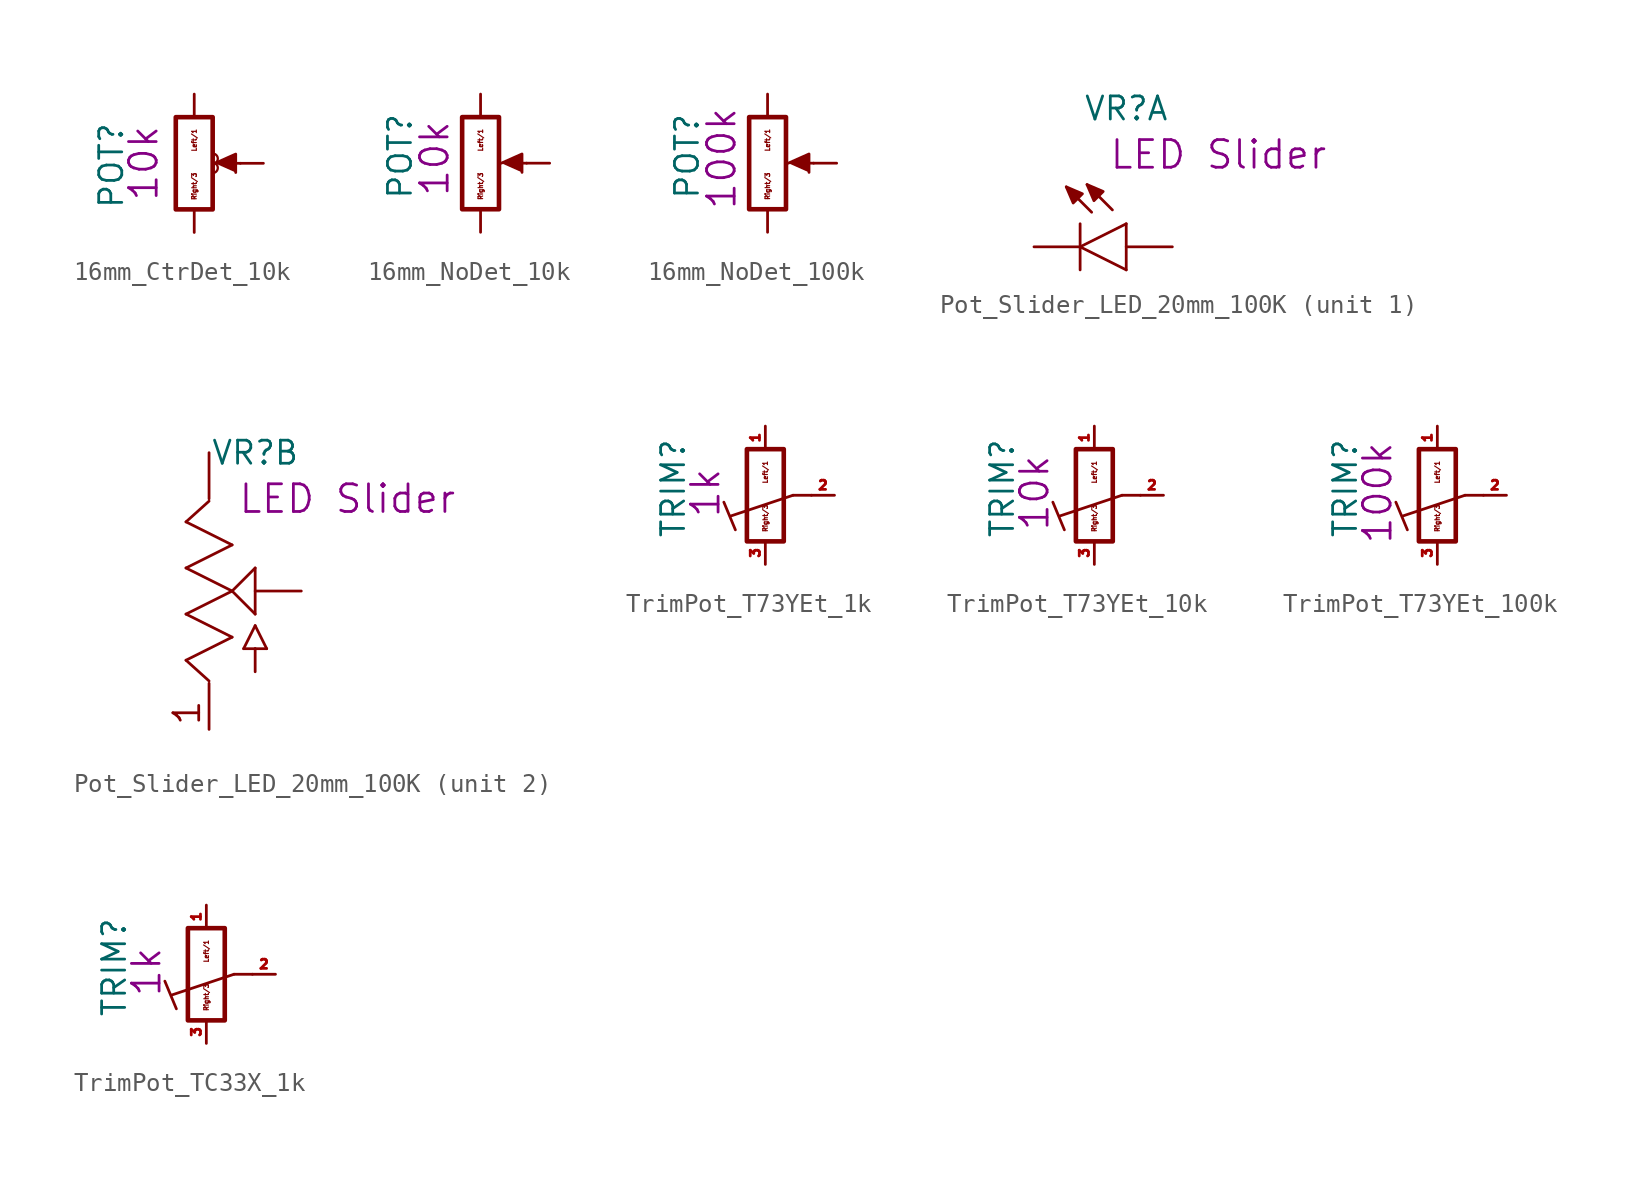
<source format=kicad_sym>
(kicad_symbol_lib
  (version 20211014)
  (generator kicad_symbol_editor)
  (symbol "16mm_CtrDet_10k"
    (pin_numbers hide)
    (pin_names
      (offset 1.016) hide)
    (property "Reference" "POT"
      (at -4.572 -0.127 90)
      (effects (font (size 1.27 1.27))))
    (property "Display" "10k"
      (at -2.794 0 90)
      (effects (font (size 1.524 1.524))))
    (symbol "16mm_CtrDet_10k_0_1"
      (rectangle (start 1.016 2.54) (end -1.016 -2.54) (stroke (width 0.254) (type default) (color 0 0 0 0)) (fill (type none))))
    (symbol "16mm_CtrDet_10k_1_1"
      (polyline (pts (xy 2.54 0) (xy 1.524 0)) (stroke (width 0) (type default) (color 0 0 0 0)) (fill (type none)))
      (polyline (pts (xy 1.143 0) (xy 2.286 0.508) (xy 2.286 -0.508)) (stroke (width 0) (type default) (color 0 0 0 0)) (fill (type outline)))
      (arc (start 1.143 -0.508) (mid 1.3 -0.254) (end 1.143 0) (stroke (width 0.127) (type default) (color 0 0 0 0)) (fill (type none)))
      (arc (start 1.143 0) (mid 1.3 0.254) (end 1.143 0.508) (stroke (width 0.127) (type default) (color 0 0 0 0)) (fill (type none)))
      (text "Left/1" (at 0 1.27 900) (effects (font (size 0.254 0.254))))
      (text "Right/3" (at 0 -1.27 900) (effects (font (size 0.254 0.254))))
      (pin passive line (at 0 3.81 270) (length 1.27) (name "Left" (effects (font (size 1.27 1.27)))) (number "1" (effects (font (size 1.27 1.27)))))
      (pin passive line (at 3.81 0 180) (length 1.27) (name "Center" (effects (font (size 1.27 1.27)))) (number "2" (effects (font (size 1.27 1.27)))))
      (pin passive line (at 0 -3.81 90) (length 1.27) (name "Right" (effects (font (size 1.27 1.27)))) (number "3" (effects (font (size 1.27 1.27)))))))
  (symbol "16mm_NoDet_10k"
    (pin_numbers hide)
    (pin_names
      (offset 1.016) hide)
    (property "Reference" "POT"
      (at -4.445 0.381 90)
      (effects (font (size 1.27 1.27))))
    (property "Display" "10k"
      (at -2.54 0.254 90)
      (effects (font (size 1.524 1.524))))
    (symbol "16mm_NoDet_10k_0_1"
      (rectangle (start 1.016 2.54) (end -1.016 -2.54) (stroke (width 0.254) (type default) (color 0 0 0 0)) (fill (type none))))
    (symbol "16mm_NoDet_10k_1_1"
      (polyline (pts (xy 2.54 0) (xy 1.524 0)) (stroke (width 0) (type default) (color 0 0 0 0)) (fill (type none)))
      (polyline (pts (xy 1.143 0) (xy 2.286 0.508) (xy 2.286 -0.508)) (stroke (width 0) (type default) (color 0 0 0 0)) (fill (type outline)))
      (text "Left/1" (at 0 1.27 900) (effects (font (size 0.254 0.254))))
      (text "Right/3" (at 0 -1.27 900) (effects (font (size 0.254 0.254))))
      (pin passive line (at 0 3.81 270) (length 1.27) (name "Left" (effects (font (size 1.27 1.27)))) (number "1" (effects (font (size 1.27 1.27)))))
      (pin passive line (at 3.81 0 180) (length 1.27) (name "Center" (effects (font (size 1.27 1.27)))) (number "2" (effects (font (size 1.27 1.27)))))
      (pin passive line (at 0 -3.81 90) (length 1.27) (name "Right" (effects (font (size 1.27 1.27)))) (number "3" (effects (font (size 1.27 1.27)))))))
  (symbol "16mm_NoDet_100k"
    (pin_numbers hide)
    (pin_names
      (offset 1.016) hide)
    (property "Reference" "POT"
      (at -4.445 0.381 90)
      (effects (font (size 1.27 1.27))))
    (property "Display" "100k"
      (at -2.54 0.254 90)
      (effects (font (size 1.524 1.524))))
    (symbol "16mm_NoDet_100k_0_1"
      (rectangle (start 1.016 2.54) (end -1.016 -2.54) (stroke (width 0.254) (type default) (color 0 0 0 0)) (fill (type none))))
    (symbol "16mm_NoDet_100k_1_1"
      (polyline (pts (xy 2.54 0) (xy 1.524 0)) (stroke (width 0) (type default) (color 0 0 0 0)) (fill (type none)))
      (polyline (pts (xy 1.143 0) (xy 2.286 0.508) (xy 2.286 -0.508)) (stroke (width 0) (type default) (color 0 0 0 0)) (fill (type outline)))
      (text "Left/1" (at 0 1.27 900) (effects (font (size 0.254 0.254))))
      (text "Right/3" (at 0 -1.27 900) (effects (font (size 0.254 0.254))))
      (pin passive line (at 0 3.81 270) (length 1.27) (name "Left" (effects (font (size 1.27 1.27)))) (number "1" (effects (font (size 1.27 1.27)))))
      (pin passive line (at 3.81 0 180) (length 1.27) (name "Center" (effects (font (size 1.27 1.27)))) (number "2" (effects (font (size 1.27 1.27)))))
      (pin passive line (at 0 -3.81 90) (length 1.27) (name "Right" (effects (font (size 1.27 1.27)))) (number "3" (effects (font (size 1.27 1.27)))))))
  (symbol "Pot_Slider_LED_20mm_100K"
    (pin_numbers hide)
    (pin_names
      (offset 1.016) hide)
    (property "Reference" "VR"
      (at 2.54 7.62 0)
      (effects (font (size 1.27 1.27))))
    (property "Display" "LED Slider"
      (at 7.62 5.08 0)
      (effects (font (size 1.524 1.524))))
    (property "ki_locked" ""
      (at 0 0 0)
      (effects (font (size 1.27 1.27))))
    (symbol "Pot_Slider_LED_20mm_100K_1_0"
      (polyline (pts (xy 0 -1.27) (xy 0 0)) (stroke (width 0) (type default) (color 0 0 0 0)) (fill (type none)))
      (polyline (pts (xy 0 0) (xy 0 1.27)) (stroke (width 0) (type default) (color 0 0 0 0)) (fill (type none)))
      (polyline (pts (xy 0 0) (xy 2.54 1.27)) (stroke (width 0) (type default) (color 0 0 0 0)) (fill (type none)))
      (polyline (pts (xy 0.635 1.905) (xy -0.762 3.302)) (stroke (width 0) (type default) (color 0 0 0 0)) (fill (type none)))
      (polyline (pts (xy 1.778 2.032) (xy 0.381 3.429)) (stroke (width 0) (type default) (color 0 0 0 0)) (fill (type none)))
      (polyline (pts (xy 2.54 -1.27) (xy 0 0)) (stroke (width 0) (type default) (color 0 0 0 0)) (fill (type none)))
      (polyline (pts (xy 2.54 -1.27) (xy 2.54 1.27)) (stroke (width 0) (type default) (color 0 0 0 0)) (fill (type none))))
    (symbol "Pot_Slider_LED_20mm_100K_1_1"
      (polyline (pts (xy -0.762 3.302) (xy 0.127 2.921) (xy 0.127 2.921) (xy -0.381 2.413) (xy -0.381 2.413) (xy -0.762 3.302)) (stroke (width 0) (type default) (color 0 0 0 0)) (fill (type outline)))
      (polyline (pts (xy 0.381 3.429) (xy 1.27 3.048) (xy 1.27 3.048) (xy 0.762 2.54) (xy 0.762 2.54) (xy 0.381 3.429)) (stroke (width 0) (type default) (color 0 0 0 0)) (fill (type outline)))
      (pin passive line (at 5.08 0 180) (length 2.54) (name "A" (effects (font (size 1.016 1.016)))) (number "LEDA" (effects (font (size 1.016 1.016)))))
      (pin passive line (at -2.54 0 0) (length 2.54) (name "C" (effects (font (size 1.016 1.016)))) (number "LEDC" (effects (font (size 1.016 1.016))))))
    (symbol "Pot_Slider_LED_20mm_100K_2_0"
      (polyline (pts (xy -1.27 -3.81) (xy 0 -4.953)) (stroke (width 0) (type default) (color 0 0 0 0)) (fill (type none)))
      (polyline (pts (xy -1.27 -1.27) (xy 1.27 -2.54)) (stroke (width 0) (type default) (color 0 0 0 0)) (fill (type none)))
      (polyline (pts (xy -1.27 1.27) (xy 1.27 0)) (stroke (width 0) (type default) (color 0 0 0 0)) (fill (type none)))
      (polyline (pts (xy -1.27 3.81) (xy 1.27 2.54)) (stroke (width 0) (type default) (color 0 0 0 0)) (fill (type none)))
      (polyline (pts (xy 0 4.953) (xy -1.27 3.81)) (stroke (width 0) (type default) (color 0 0 0 0)) (fill (type none)))
      (polyline (pts (xy 1.27 -2.54) (xy -1.27 -3.81)) (stroke (width 0) (type default) (color 0 0 0 0)) (fill (type none)))
      (polyline (pts (xy 1.27 0) (xy -1.27 -1.27)) (stroke (width 0) (type default) (color 0 0 0 0)) (fill (type none)))
      (polyline (pts (xy 1.27 0) (xy 2.54 1.27)) (stroke (width 0) (type default) (color 0 0 0 0)) (fill (type none)))
      (polyline (pts (xy 1.27 2.54) (xy -1.27 1.27)) (stroke (width 0) (type default) (color 0 0 0 0)) (fill (type none)))
      (polyline (pts (xy 1.905 -3.175) (xy 2.54 -3.175)) (stroke (width 0) (type default) (color 0 0 0 0)) (fill (type none)))
      (polyline (pts (xy 2.54 -4.445) (xy 2.54 -3.175)) (stroke (width 0) (type default) (color 0 0 0 0)) (fill (type none)))
      (polyline (pts (xy 2.54 -3.175) (xy 3.175 -3.175)) (stroke (width 0) (type default) (color 0 0 0 0)) (fill (type none)))
      (polyline (pts (xy 2.54 -1.905) (xy 1.905 -3.175)) (stroke (width 0) (type default) (color 0 0 0 0)) (fill (type none)))
      (polyline (pts (xy 2.54 -1.27) (xy 1.27 0)) (stroke (width 0) (type default) (color 0 0 0 0)) (fill (type none)))
      (polyline (pts (xy 2.54 1.27) (xy 2.54 -1.27)) (stroke (width 0) (type default) (color 0 0 0 0)) (fill (type none)))
      (polyline (pts (xy 3.175 -3.175) (xy 2.54 -1.905)) (stroke (width 0) (type default) (color 0 0 0 0)) (fill (type none)))
      (text "1" (at -1.219 -6.706 900) (effects (font (size 1.422 1.422)))))
    (symbol "Pot_Slider_LED_20mm_100K_2_1"
      (pin passive line (at 0 -7.62 90) (length 2.54) (name "1" (effects (font (size 1.016 1.016)))) (number "P1" (effects (font (size 1.016 1.016)))))
      (pin passive line (at 5.08 0 180) (length 2.54) (name "2" (effects (font (size 1.016 1.016)))) (number "P2" (effects (font (size 1.016 1.016)))))
      (pin passive line (at 0 7.62 270) (length 2.54) (name "3" (effects (font (size 1.016 1.016)))) (number "P3" (effects (font (size 1.016 1.016)))))))
  (symbol "TrimPot_T73YEt_1k"
    (pin_names
      (offset 1.016) hide)
    (property "Reference" "TRIM"
      (at -5.08 0.381 90)
      (effects (font (size 1.27 1.27))))
    (property "Display" "1k"
      (at -3.302 0.127 90)
      (effects (font (size 1.524 1.524))))
    (symbol "TrimPot_T73YEt_1k_0_1"
      (polyline (pts (xy -2.286 -0.381) (xy -1.651 -1.905)) (stroke (width 0) (type default) (color 0 0 0 0)) (fill (type none)))
      (polyline (pts (xy -1.905 -1.143) (xy 1.524 0)) (stroke (width 0) (type default) (color 0 0 0 0)) (fill (type none)))
      (polyline (pts (xy 2.54 0) (xy 1.524 0)) (stroke (width 0) (type default) (color 0 0 0 0)) (fill (type none)))
      (rectangle (start 1.016 2.54) (end -1.016 -2.54) (stroke (width 0.254) (type default) (color 0 0 0 0)) (fill (type none))))
    (symbol "TrimPot_T73YEt_1k_1_0"
      (text "Left/1" (at 0 1.27 900) (effects (font (size 0.254 0.254))))
      (text "Right/3" (at 0 -1.27 900) (effects (font (size 0.254 0.254)))))
    (symbol "TrimPot_T73YEt_1k_1_1"
      (pin passive line (at 0 3.81 270) (length 1.27) (name "Left" (effects (font (size 1.27 1.27)))) (number "1" (effects (font (size 0.508 0.508)))))
      (pin passive line (at 3.81 0 180) (length 1.27) (name "Center" (effects (font (size 1.27 1.27)))) (number "2" (effects (font (size 0.508 0.508)))))
      (pin passive line (at 0 -3.81 90) (length 1.27) (name "Right" (effects (font (size 1.27 1.27)))) (number "3" (effects (font (size 0.508 0.508)))))))
  (symbol "TrimPot_T73YEt_10k"
    (pin_names
      (offset 1.016) hide)
    (property "Reference" "TRIM"
      (at -5.08 0.381 90)
      (effects (font (size 1.27 1.27))))
    (property "Display" "10k"
      (at -3.302 0.127 90)
      (effects (font (size 1.524 1.524))))
    (symbol "TrimPot_T73YEt_10k_0_1"
      (polyline (pts (xy -2.286 -0.381) (xy -1.651 -1.905)) (stroke (width 0) (type default) (color 0 0 0 0)) (fill (type none)))
      (polyline (pts (xy -1.905 -1.143) (xy 1.524 0)) (stroke (width 0) (type default) (color 0 0 0 0)) (fill (type none)))
      (polyline (pts (xy 2.54 0) (xy 1.524 0)) (stroke (width 0) (type default) (color 0 0 0 0)) (fill (type none)))
      (rectangle (start 1.016 2.54) (end -1.016 -2.54) (stroke (width 0.254) (type default) (color 0 0 0 0)) (fill (type none))))
    (symbol "TrimPot_T73YEt_10k_1_0"
      (text "Left/1" (at 0 1.27 900) (effects (font (size 0.254 0.254))))
      (text "Right/3" (at 0 -1.27 900) (effects (font (size 0.254 0.254)))))
    (symbol "TrimPot_T73YEt_10k_1_1"
      (pin passive line (at 0 3.81 270) (length 1.27) (name "Left" (effects (font (size 1.27 1.27)))) (number "1" (effects (font (size 0.508 0.508)))))
      (pin passive line (at 3.81 0 180) (length 1.27) (name "Center" (effects (font (size 1.27 1.27)))) (number "2" (effects (font (size 0.508 0.508)))))
      (pin passive line (at 0 -3.81 90) (length 1.27) (name "Right" (effects (font (size 1.27 1.27)))) (number "3" (effects (font (size 0.508 0.508)))))))
  (symbol "TrimPot_T73YEt_100k"
    (pin_names
      (offset 1.016) hide)
    (property "Reference" "TRIM"
      (at -5.08 0.381 90)
      (effects (font (size 1.27 1.27))))
    (property "Display" "100k"
      (at -3.302 0.127 90)
      (effects (font (size 1.524 1.524))))
    (symbol "TrimPot_T73YEt_100k_0_1"
      (polyline (pts (xy -2.286 -0.381) (xy -1.651 -1.905)) (stroke (width 0) (type default) (color 0 0 0 0)) (fill (type none)))
      (polyline (pts (xy -1.905 -1.143) (xy 1.524 0)) (stroke (width 0) (type default) (color 0 0 0 0)) (fill (type none)))
      (polyline (pts (xy 2.54 0) (xy 1.524 0)) (stroke (width 0) (type default) (color 0 0 0 0)) (fill (type none)))
      (rectangle (start 1.016 2.54) (end -1.016 -2.54) (stroke (width 0.254) (type default) (color 0 0 0 0)) (fill (type none))))
    (symbol "TrimPot_T73YEt_100k_1_0"
      (text "Left/1" (at 0 1.27 900) (effects (font (size 0.254 0.254))))
      (text "Right/3" (at 0 -1.27 900) (effects (font (size 0.254 0.254)))))
    (symbol "TrimPot_T73YEt_100k_1_1"
      (pin passive line (at 0 3.81 270) (length 1.27) (name "Left" (effects (font (size 1.27 1.27)))) (number "1" (effects (font (size 0.508 0.508)))))
      (pin passive line (at 3.81 0 180) (length 1.27) (name "Center" (effects (font (size 1.27 1.27)))) (number "2" (effects (font (size 0.508 0.508)))))
      (pin passive line (at 0 -3.81 90) (length 1.27) (name "Right" (effects (font (size 1.27 1.27)))) (number "3" (effects (font (size 0.508 0.508)))))))
  (symbol "TrimPot_TC33X_1k"
    (pin_names
      (offset 1.016) hide)
    (property "Reference" "TRIM"
      (at -5.08 0.381 90)
      (effects (font (size 1.27 1.27))))
    (property "Display" "1k"
      (at -3.302 0.127 90)
      (effects (font (size 1.524 1.524))))
    (symbol "TrimPot_TC33X_1k_0_1"
      (polyline (pts (xy -2.286 -0.381) (xy -1.651 -1.905)) (stroke (width 0) (type default) (color 0 0 0 0)) (fill (type none)))
      (polyline (pts (xy -1.905 -1.143) (xy 1.524 0)) (stroke (width 0) (type default) (color 0 0 0 0)) (fill (type none)))
      (polyline (pts (xy 2.54 0) (xy 1.524 0)) (stroke (width 0) (type default) (color 0 0 0 0)) (fill (type none)))
      (rectangle (start 1.016 2.54) (end -1.016 -2.54) (stroke (width 0.254) (type default) (color 0 0 0 0)) (fill (type none))))
    (symbol "TrimPot_TC33X_1k_1_0"
      (text "Left/1" (at 0 1.27 900) (effects (font (size 0.254 0.254))))
      (text "Right/3" (at 0 -1.27 900) (effects (font (size 0.254 0.254)))))
    (symbol "TrimPot_TC33X_1k_1_1"
      (pin passive line (at 0 3.81 270) (length 1.27) (name "Left" (effects (font (size 1.27 1.27)))) (number "1" (effects (font (size 0.508 0.508)))))
      (pin passive line (at 3.81 0 180) (length 1.27) (name "Center" (effects (font (size 1.27 1.27)))) (number "2" (effects (font (size 0.508 0.508)))))
      (pin passive line (at 0 -3.81 90) (length 1.27) (name "Right" (effects (font (size 1.27 1.27)))) (number "3" (effects (font (size 0.508 0.508))))))))
</source>
